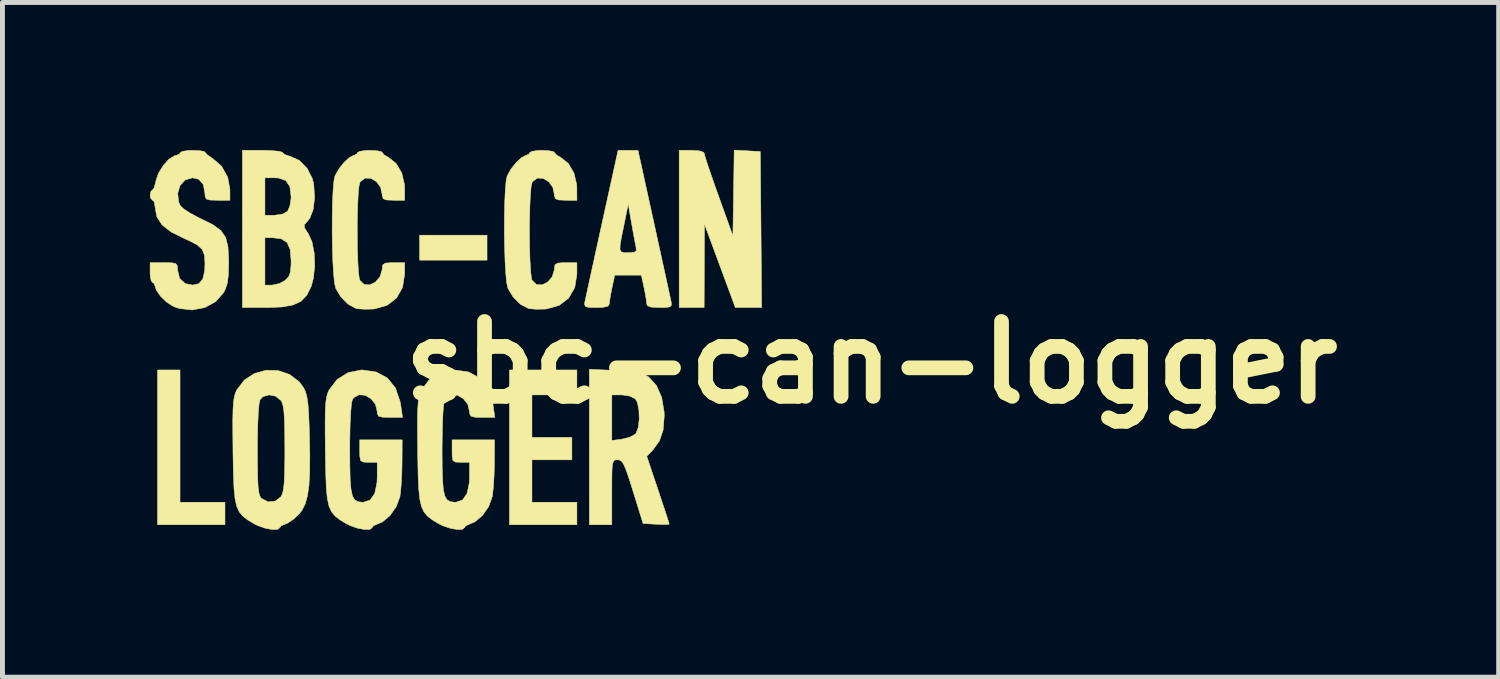
<source format=kicad_pcb>
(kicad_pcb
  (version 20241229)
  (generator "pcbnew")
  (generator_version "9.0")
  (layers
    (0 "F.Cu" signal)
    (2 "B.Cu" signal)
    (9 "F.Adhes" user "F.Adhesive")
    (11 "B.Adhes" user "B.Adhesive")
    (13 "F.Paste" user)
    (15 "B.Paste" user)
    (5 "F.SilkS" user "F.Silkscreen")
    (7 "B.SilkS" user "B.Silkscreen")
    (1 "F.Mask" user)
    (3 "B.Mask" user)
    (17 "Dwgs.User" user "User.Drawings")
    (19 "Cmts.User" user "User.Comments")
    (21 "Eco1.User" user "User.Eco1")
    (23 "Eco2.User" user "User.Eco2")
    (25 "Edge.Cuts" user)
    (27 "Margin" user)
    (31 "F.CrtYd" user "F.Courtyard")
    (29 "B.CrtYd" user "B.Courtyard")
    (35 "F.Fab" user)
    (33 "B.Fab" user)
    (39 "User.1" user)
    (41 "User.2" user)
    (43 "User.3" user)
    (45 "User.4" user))
  (footprint "sbc-can-logger"
    (layer "F.Cu")
    (at 14.686 4.328)
    (property "Reference" "sbc-can-logger" (at 0 0 0) (layer "F.SilkS") (effects (font (size 1.524 1.524) (thickness 0.3))))
    (attr through_hole)
    (fp_poly (pts (xy -7.823 -2.083) (xy -9.195 -2.083) (xy -9.195 -2.591) (xy -7.823 -2.591) (xy -7.823 -2.083)) (stroke (width 0.01) (type solid)) (fill yes) (layer "F.SilkS"))
    (fp_poly (pts (xy -14.072 2.845) (xy -13.157 2.845) (xy -13.157 3.302) (xy -14.529 3.302) (xy -14.529 0.152) (xy -14.072 0.152) (xy -14.072 2.845)) (stroke (width 0.01) (type solid)) (fill yes) (layer "F.SilkS"))
    (fp_poly (pts (xy -5.994 0.66) (xy -6.909 0.66) (xy -6.909 1.524) (xy -6.096 1.524) (xy -6.096 1.981) (xy -6.909 1.981) (xy -6.909 2.845) (xy -5.994 2.845) (xy -5.994 3.302) (xy -7.366 3.302) (xy -7.366 0.152) (xy -5.994 0.152) (xy -5.994 0.66)) (stroke (width 0.01) (type solid)) (fill yes) (layer "F.SilkS"))
    (fp_poly (pts (xy -2.526 -4.308) (xy -2.261 -4.293) (xy -2.247 -2.705) (xy -2.234 -1.118) (xy -2.501 -1.118) (xy -2.769 -1.118) (xy -3.398 -2.819) (xy -3.404 -1.118) (xy -3.912 -1.118) (xy -3.912 -4.318) (xy -3.658 -4.318) (xy -3.498 -4.307) (xy -3.413 -4.278) (xy -3.404 -4.261) (xy -3.387 -4.196) (xy -3.342 -4.053) (xy -3.273 -3.848) (xy -3.186 -3.599) (xy -3.111 -3.39) (xy -2.819 -2.576) (xy -2.805 -3.45) (xy -2.792 -4.323) (xy -2.526 -4.308)) (stroke (width 0.01) (type solid)) (fill yes) (layer "F.SilkS"))
    (fp_poly (pts (xy -5.214 0.162) (xy -4.959 0.177) (xy -4.781 0.198) (xy -4.657 0.23) (xy -4.561 0.277) (xy -4.534 0.295) (xy -4.376 0.467) (xy -4.268 0.71) (xy -4.219 1.006) (xy -4.216 1.09) (xy -4.239 1.376) (xy -4.314 1.597) (xy -4.448 1.781) (xy -4.572 1.91) (xy -4.343 2.591) (xy -4.261 2.837) (xy -4.192 3.045) (xy -4.142 3.199) (xy -4.117 3.281) (xy -4.115 3.29) (xy -4.161 3.297) (xy -4.278 3.297) (xy -4.381 3.292) (xy -4.647 3.277) (xy -4.848 2.629) (xy -4.931 2.365) (xy -4.994 2.184) (xy -5.043 2.071) (xy -5.087 2.009) (xy -5.132 1.984) (xy -5.166 1.981) (xy -5.214 1.984) (xy -5.246 2.004) (xy -5.267 2.058) (xy -5.278 2.161) (xy -5.282 2.329) (xy -5.283 2.58) (xy -5.283 2.642) (xy -5.283 3.302) (xy -5.74 3.302) (xy -5.74 0.66) (xy -5.283 0.66) (xy -5.283 1.588) (xy -5.069 1.559) (xy -4.918 1.521) (xy -4.808 1.46) (xy -4.79 1.441) (xy -4.744 1.322) (xy -4.725 1.151) (xy -4.732 0.968) (xy -4.763 0.814) (xy -4.804 0.74) (xy -4.91 0.686) (xy -5.065 0.661) (xy -5.084 0.66) (xy -5.283 0.66) (xy -5.74 0.66) (xy -5.74 0.139) (xy -5.214 0.162)) (stroke (width 0.01) (type solid)) (fill yes) (layer "F.SilkS"))
    (fp_poly (pts (xy -4.424 -2.832) (xy -4.341 -2.452) (xy -4.264 -2.101) (xy -4.196 -1.791) (xy -4.141 -1.537) (xy -4.1 -1.35) (xy -4.078 -1.245) (xy -4.075 -1.232) (xy -4.07 -1.165) (xy -4.104 -1.131) (xy -4.202 -1.119) (xy -4.312 -1.118) (xy -4.476 -1.126) (xy -4.556 -1.154) (xy -4.572 -1.191) (xy -4.582 -1.281) (xy -4.608 -1.429) (xy -4.627 -1.522) (xy -4.682 -1.778) (xy -5.224 -1.778) (xy -5.279 -1.522) (xy -5.311 -1.36) (xy -5.331 -1.232) (xy -5.334 -1.191) (xy -5.363 -1.145) (xy -5.463 -1.122) (xy -5.594 -1.118) (xy -5.746 -1.121) (xy -5.82 -1.139) (xy -5.838 -1.184) (xy -5.832 -1.232) (xy -5.815 -1.309) (xy -5.78 -1.472) (xy -5.729 -1.708) (xy -5.665 -2.002) (xy -5.6 -2.298) (xy -5.117 -2.298) (xy -5.092 -2.251) (xy -5.036 -2.236) (xy -4.948 -2.235) (xy -4.947 -2.235) (xy -4.828 -2.242) (xy -4.784 -2.276) (xy -4.791 -2.349) (xy -4.812 -2.455) (xy -4.844 -2.625) (xy -4.879 -2.825) (xy -4.883 -2.845) (xy -4.949 -3.226) (xy -5.037 -2.794) (xy -5.087 -2.552) (xy -5.114 -2.392) (xy -5.117 -2.298) (xy -5.6 -2.298) (xy -5.59 -2.342) (xy -5.509 -2.714) (xy -5.483 -2.832) (xy -5.156 -4.317) (xy -4.953 -4.317) (xy -4.75 -4.317) (xy -4.424 -2.832)) (stroke (width 0.01) (type solid)) (fill yes) (layer "F.SilkS"))
    (fp_poly (pts (xy -12.206 -4.313) (xy -12.064 -4.299) (xy -11.993 -4.28) (xy -11.989 -4.274) (xy -11.945 -4.234) (xy -11.838 -4.199) (xy -11.832 -4.198) (xy -11.642 -4.112) (xy -11.484 -3.95) (xy -11.377 -3.739) (xy -11.35 -3.627) (xy -11.333 -3.355) (xy -11.361 -3.115) (xy -11.431 -2.934) (xy -11.473 -2.881) (xy -11.537 -2.809) (xy -11.544 -2.752) (xy -11.492 -2.667) (xy -11.466 -2.632) (xy -11.387 -2.462) (xy -11.341 -2.229) (xy -11.33 -1.969) (xy -11.357 -1.715) (xy -11.402 -1.549) (xy -11.49 -1.372) (xy -11.606 -1.248) (xy -11.769 -1.171) (xy -11.995 -1.13) (xy -12.304 -1.118) (xy -12.312 -1.118) (xy -12.802 -1.118) (xy -12.802 -1.575) (xy -12.344 -1.575) (xy -12.198 -1.575) (xy -12.048 -1.607) (xy -11.931 -1.672) (xy -11.862 -1.743) (xy -11.825 -1.836) (xy -11.812 -1.983) (xy -11.811 -2.076) (xy -11.83 -2.301) (xy -11.893 -2.443) (xy -12.013 -2.518) (xy -12.179 -2.538) (xy -12.344 -2.54) (xy -12.344 -1.575) (xy -12.802 -1.575) (xy -12.802 -3.759) (xy -12.344 -3.759) (xy -12.344 -2.997) (xy -12.147 -2.997) (xy -11.979 -3.022) (xy -11.881 -3.081) (xy -11.836 -3.184) (xy -11.812 -3.335) (xy -11.811 -3.378) (xy -11.836 -3.579) (xy -11.916 -3.701) (xy -12.062 -3.754) (xy -12.147 -3.759) (xy -12.344 -3.759) (xy -12.802 -3.759) (xy -12.802 -4.318) (xy -12.395 -4.318) (xy -12.206 -4.313)) (stroke (width 0.01) (type solid)) (fill yes) (layer "F.SilkS"))
    (fp_poly (pts (xy -10.066 -4.31) (xy -9.974 -4.291) (xy -9.957 -4.275) (xy -9.916 -4.225) (xy -9.83 -4.175) (xy -9.673 -4.051) (xy -9.559 -3.858) (xy -9.503 -3.621) (xy -9.5 -3.543) (xy -9.5 -3.302) (xy -9.728 -3.302) (xy -9.87 -3.308) (xy -9.937 -3.334) (xy -9.956 -3.395) (xy -9.957 -3.418) (xy -9.99 -3.568) (xy -10.075 -3.682) (xy -10.187 -3.748) (xy -10.303 -3.753) (xy -10.398 -3.684) (xy -10.412 -3.661) (xy -10.431 -3.576) (xy -10.446 -3.404) (xy -10.457 -3.163) (xy -10.464 -2.867) (xy -10.465 -2.667) (xy -10.462 -2.346) (xy -10.453 -2.069) (xy -10.441 -1.853) (xy -10.424 -1.714) (xy -10.412 -1.673) (xy -10.324 -1.588) (xy -10.21 -1.58) (xy -10.096 -1.635) (xy -10.004 -1.741) (xy -9.958 -1.885) (xy -9.957 -1.916) (xy -9.945 -1.988) (xy -9.893 -2.022) (xy -9.774 -2.032) (xy -9.728 -2.032) (xy -9.5 -2.032) (xy -9.5 -1.799) (xy -9.543 -1.527) (xy -9.665 -1.312) (xy -9.858 -1.163) (xy -10.112 -1.091) (xy -10.155 -1.087) (xy -10.321 -1.084) (xy -10.457 -1.094) (xy -10.49 -1.101) (xy -10.649 -1.185) (xy -10.799 -1.336) (xy -10.903 -1.51) (xy -10.927 -1.619) (xy -10.946 -1.809) (xy -10.961 -2.059) (xy -10.97 -2.35) (xy -10.975 -2.661) (xy -10.974 -2.971) (xy -10.968 -3.261) (xy -10.956 -3.509) (xy -10.939 -3.696) (xy -10.919 -3.794) (xy -10.846 -3.929) (xy -10.741 -4.063) (xy -10.63 -4.168) (xy -10.539 -4.216) (xy -10.531 -4.216) (xy -10.47 -4.247) (xy -10.465 -4.267) (xy -10.419 -4.296) (xy -10.302 -4.315) (xy -10.211 -4.318) (xy -10.066 -4.31)) (stroke (width 0.01) (type solid)) (fill yes) (layer "F.SilkS"))
    (fp_poly (pts (xy -6.561 -4.31) (xy -6.469 -4.291) (xy -6.452 -4.275) (xy -6.411 -4.225) (xy -6.324 -4.175) (xy -6.168 -4.051) (xy -6.054 -3.858) (xy -5.998 -3.621) (xy -5.995 -3.543) (xy -5.994 -3.302) (xy -6.223 -3.302) (xy -6.365 -3.308) (xy -6.432 -3.334) (xy -6.451 -3.395) (xy -6.452 -3.418) (xy -6.485 -3.568) (xy -6.57 -3.682) (xy -6.682 -3.748) (xy -6.798 -3.753) (xy -6.893 -3.684) (xy -6.907 -3.661) (xy -6.926 -3.576) (xy -6.941 -3.404) (xy -6.952 -3.163) (xy -6.958 -2.867) (xy -6.96 -2.667) (xy -6.957 -2.346) (xy -6.948 -2.069) (xy -6.935 -1.853) (xy -6.919 -1.714) (xy -6.907 -1.673) (xy -6.819 -1.588) (xy -6.705 -1.58) (xy -6.59 -1.635) (xy -6.498 -1.741) (xy -6.453 -1.885) (xy -6.452 -1.916) (xy -6.44 -1.988) (xy -6.388 -2.022) (xy -6.268 -2.032) (xy -6.223 -2.032) (xy -5.994 -2.032) (xy -5.994 -1.799) (xy -6.037 -1.527) (xy -6.16 -1.312) (xy -6.353 -1.163) (xy -6.607 -1.091) (xy -6.65 -1.087) (xy -6.815 -1.084) (xy -6.952 -1.094) (xy -6.985 -1.101) (xy -7.144 -1.185) (xy -7.294 -1.336) (xy -7.398 -1.51) (xy -7.422 -1.619) (xy -7.441 -1.809) (xy -7.456 -2.059) (xy -7.465 -2.35) (xy -7.47 -2.661) (xy -7.469 -2.971) (xy -7.463 -3.261) (xy -7.451 -3.509) (xy -7.434 -3.696) (xy -7.414 -3.794) (xy -7.341 -3.929) (xy -7.236 -4.063) (xy -7.125 -4.168) (xy -7.034 -4.216) (xy -7.026 -4.216) (xy -6.965 -4.247) (xy -6.96 -4.267) (xy -6.914 -4.296) (xy -6.797 -4.315) (xy -6.706 -4.318) (xy -6.561 -4.31)) (stroke (width 0.01) (type solid)) (fill yes) (layer "F.SilkS"))
    (fp_poly (pts (xy -10.08 0.193) (xy -9.853 0.315) (xy -9.69 0.515) (xy -9.593 0.792) (xy -9.578 0.876) (xy -9.544 1.118) (xy -9.801 1.118) (xy -9.954 1.113) (xy -10.03 1.092) (xy -10.056 1.043) (xy -10.058 1.002) (xy -10.094 0.852) (xy -10.184 0.737) (xy -10.304 0.667) (xy -10.429 0.657) (xy -10.535 0.716) (xy -10.565 0.759) (xy -10.583 0.844) (xy -10.598 1.016) (xy -10.61 1.258) (xy -10.616 1.557) (xy -10.617 1.771) (xy -10.615 2.128) (xy -10.608 2.397) (xy -10.591 2.588) (xy -10.562 2.717) (xy -10.518 2.794) (xy -10.455 2.832) (xy -10.369 2.844) (xy -10.337 2.845) (xy -10.2 2.799) (xy -10.108 2.665) (xy -10.063 2.446) (xy -10.058 2.325) (xy -10.058 2.032) (xy -10.236 2.032) (xy -10.345 2.027) (xy -10.397 1.994) (xy -10.413 1.905) (xy -10.414 1.803) (xy -10.414 1.575) (xy -9.55 1.575) (xy -9.553 2.045) (xy -9.558 2.284) (xy -9.572 2.512) (xy -9.59 2.691) (xy -9.597 2.734) (xy -9.671 2.935) (xy -9.798 3.116) (xy -9.952 3.245) (xy -10.044 3.284) (xy -10.134 3.323) (xy -10.16 3.358) (xy -10.202 3.396) (xy -10.31 3.4) (xy -10.454 3.374) (xy -10.606 3.322) (xy -10.688 3.281) (xy -10.816 3.203) (xy -10.914 3.127) (xy -10.987 3.04) (xy -11.039 2.926) (xy -11.073 2.772) (xy -11.094 2.563) (xy -11.105 2.285) (xy -11.112 1.924) (xy -11.114 1.805) (xy -11.118 1.44) (xy -11.118 1.163) (xy -11.114 0.957) (xy -11.104 0.808) (xy -11.088 0.7) (xy -11.064 0.619) (xy -11.038 0.56) (xy -10.875 0.346) (xy -10.651 0.206) (xy -10.386 0.153) (xy -10.368 0.152) (xy -10.08 0.193)) (stroke (width 0.01) (type solid)) (fill yes) (layer "F.SilkS"))
    (fp_poly (pts (xy -8.2 0.193) (xy -7.974 0.315) (xy -7.811 0.515) (xy -7.713 0.792) (xy -7.699 0.876) (xy -7.665 1.118) (xy -7.922 1.118) (xy -8.074 1.113) (xy -8.15 1.092) (xy -8.177 1.043) (xy -8.179 1.002) (xy -8.214 0.852) (xy -8.304 0.737) (xy -8.424 0.667) (xy -8.55 0.657) (xy -8.655 0.716) (xy -8.685 0.759) (xy -8.703 0.844) (xy -8.719 1.016) (xy -8.73 1.258) (xy -8.736 1.557) (xy -8.738 1.771) (xy -8.736 2.128) (xy -8.728 2.397) (xy -8.712 2.588) (xy -8.683 2.717) (xy -8.638 2.794) (xy -8.575 2.832) (xy -8.49 2.844) (xy -8.457 2.845) (xy -8.321 2.799) (xy -8.229 2.665) (xy -8.183 2.446) (xy -8.179 2.325) (xy -8.179 2.032) (xy -8.357 2.032) (xy -8.466 2.027) (xy -8.518 1.994) (xy -8.533 1.905) (xy -8.534 1.803) (xy -8.534 1.575) (xy -7.671 1.575) (xy -7.673 2.045) (xy -7.679 2.284) (xy -7.692 2.512) (xy -7.711 2.691) (xy -7.718 2.734) (xy -7.791 2.935) (xy -7.918 3.116) (xy -8.072 3.245) (xy -8.165 3.284) (xy -8.254 3.323) (xy -8.28 3.358) (xy -8.323 3.396) (xy -8.43 3.4) (xy -8.574 3.374) (xy -8.726 3.322) (xy -8.809 3.281) (xy -8.937 3.203) (xy -9.035 3.127) (xy -9.108 3.04) (xy -9.159 2.926) (xy -9.193 2.772) (xy -9.214 2.563) (xy -9.226 2.285) (xy -9.233 1.924) (xy -9.234 1.805) (xy -9.238 1.44) (xy -9.238 1.163) (xy -9.234 0.957) (xy -9.224 0.808) (xy -9.208 0.7) (xy -9.184 0.619) (xy -9.158 0.56) (xy -8.995 0.346) (xy -8.771 0.206) (xy -8.506 0.153) (xy -8.488 0.152) (xy -8.2 0.193)) (stroke (width 0.01) (type solid)) (fill yes) (layer "F.SilkS"))
    (fp_poly (pts (xy -12.074 0.165) (xy -11.842 0.243) (xy -11.646 0.393) (xy -11.559 0.511) (xy -11.519 0.593) (xy -11.49 0.695) (xy -11.469 0.834) (xy -11.454 1.029) (xy -11.443 1.299) (xy -11.439 1.456) (xy -11.43 1.89) (xy -11.433 2.236) (xy -11.448 2.506) (xy -11.478 2.715) (xy -11.523 2.876) (xy -11.585 3) (xy -11.643 3.077) (xy -11.764 3.192) (xy -11.884 3.27) (xy -11.918 3.283) (xy -12.011 3.322) (xy -12.04 3.358) (xy -12.082 3.396) (xy -12.189 3.4) (xy -12.334 3.374) (xy -12.486 3.322) (xy -12.568 3.281) (xy -12.696 3.203) (xy -12.794 3.127) (xy -12.867 3.04) (xy -12.918 2.926) (xy -12.952 2.772) (xy -12.973 2.563) (xy -12.985 2.285) (xy -12.992 1.924) (xy -12.994 1.805) (xy -12.994 1.771) (xy -12.497 1.771) (xy -12.495 2.107) (xy -12.491 2.357) (xy -12.482 2.533) (xy -12.467 2.65) (xy -12.445 2.724) (xy -12.417 2.765) (xy -12.283 2.836) (xy -12.137 2.825) (xy -12.018 2.733) (xy -12.017 2.732) (xy -11.987 2.67) (xy -11.965 2.575) (xy -11.951 2.432) (xy -11.942 2.224) (xy -11.938 1.938) (xy -11.938 1.753) (xy -11.94 1.419) (xy -11.946 1.173) (xy -11.957 0.998) (xy -11.975 0.879) (xy -12 0.802) (xy -12.017 0.773) (xy -12.126 0.686) (xy -12.262 0.66) (xy -12.386 0.696) (xy -12.444 0.759) (xy -12.463 0.844) (xy -12.478 1.016) (xy -12.489 1.258) (xy -12.496 1.557) (xy -12.497 1.771) (xy -12.994 1.771) (xy -12.997 1.44) (xy -12.998 1.163) (xy -12.993 0.957) (xy -12.984 0.808) (xy -12.967 0.7) (xy -12.944 0.619) (xy -12.917 0.56) (xy -12.763 0.357) (xy -12.556 0.223) (xy -12.319 0.158) (xy -12.074 0.165)) (stroke (width 0.01) (type solid)) (fill yes) (layer "F.SilkS"))
    (fp_poly (pts (xy -13.673 -4.311) (xy -13.58 -4.294) (xy -13.563 -4.28) (xy -13.523 -4.232) (xy -13.426 -4.164) (xy -13.412 -4.156) (xy -13.227 -3.996) (xy -13.102 -3.774) (xy -13.056 -3.522) (xy -13.056 -3.518) (xy -13.056 -3.302) (xy -13.31 -3.302) (xy -13.46 -3.306) (xy -13.535 -3.327) (xy -13.561 -3.378) (xy -13.564 -3.432) (xy -13.596 -3.619) (xy -13.69 -3.729) (xy -13.817 -3.759) (xy -13.966 -3.716) (xy -14.071 -3.602) (xy -14.119 -3.444) (xy -14.1 -3.267) (xy -14.068 -3.194) (xy -13.998 -3.126) (xy -13.861 -3.037) (xy -13.683 -2.943) (xy -13.641 -2.923) (xy -13.401 -2.803) (xy -13.241 -2.686) (xy -13.145 -2.548) (xy -13.097 -2.363) (xy -13.082 -2.108) (xy -13.081 -2.034) (xy -13.087 -1.792) (xy -13.108 -1.62) (xy -13.15 -1.49) (xy -13.185 -1.422) (xy -13.347 -1.238) (xy -13.567 -1.118) (xy -13.823 -1.069) (xy -14.087 -1.099) (xy -14.203 -1.139) (xy -14.341 -1.226) (xy -14.468 -1.348) (xy -14.556 -1.476) (xy -14.58 -1.556) (xy -14.609 -1.619) (xy -14.63 -1.626) (xy -14.662 -1.671) (xy -14.68 -1.783) (xy -14.681 -1.829) (xy -14.681 -2.032) (xy -14.402 -2.032) (xy -14.242 -2.029) (xy -14.159 -2.013) (xy -14.127 -1.968) (xy -14.122 -1.883) (xy -14.081 -1.712) (xy -13.965 -1.606) (xy -13.816 -1.575) (xy -13.688 -1.604) (xy -13.608 -1.7) (xy -13.569 -1.873) (xy -13.564 -2.021) (xy -13.575 -2.185) (xy -13.621 -2.302) (xy -13.721 -2.393) (xy -13.894 -2.483) (xy -13.97 -2.516) (xy -14.249 -2.654) (xy -14.437 -2.8) (xy -14.544 -2.965) (xy -14.579 -3.159) (xy -14.58 -3.172) (xy -14.597 -3.269) (xy -14.63 -3.302) (xy -14.672 -3.345) (xy -14.681 -3.404) (xy -14.663 -3.486) (xy -14.637 -3.505) (xy -14.602 -3.55) (xy -14.569 -3.662) (xy -14.561 -3.704) (xy -14.508 -3.857) (xy -14.412 -4.011) (xy -14.295 -4.139) (xy -14.181 -4.21) (xy -14.144 -4.216) (xy -14.079 -4.245) (xy -14.072 -4.267) (xy -14.026 -4.296) (xy -13.909 -4.315) (xy -13.818 -4.318) (xy -13.673 -4.311)) (stroke (width 0.01) (type solid)) (fill yes) (layer "F.SilkS")))
  (gr_rect
    (start -3 -3)
    (end 27.454 10.733)
    (stroke (width 0.1) (type default))
    (fill no)
    (layer "Edge.Cuts")))
</source>
